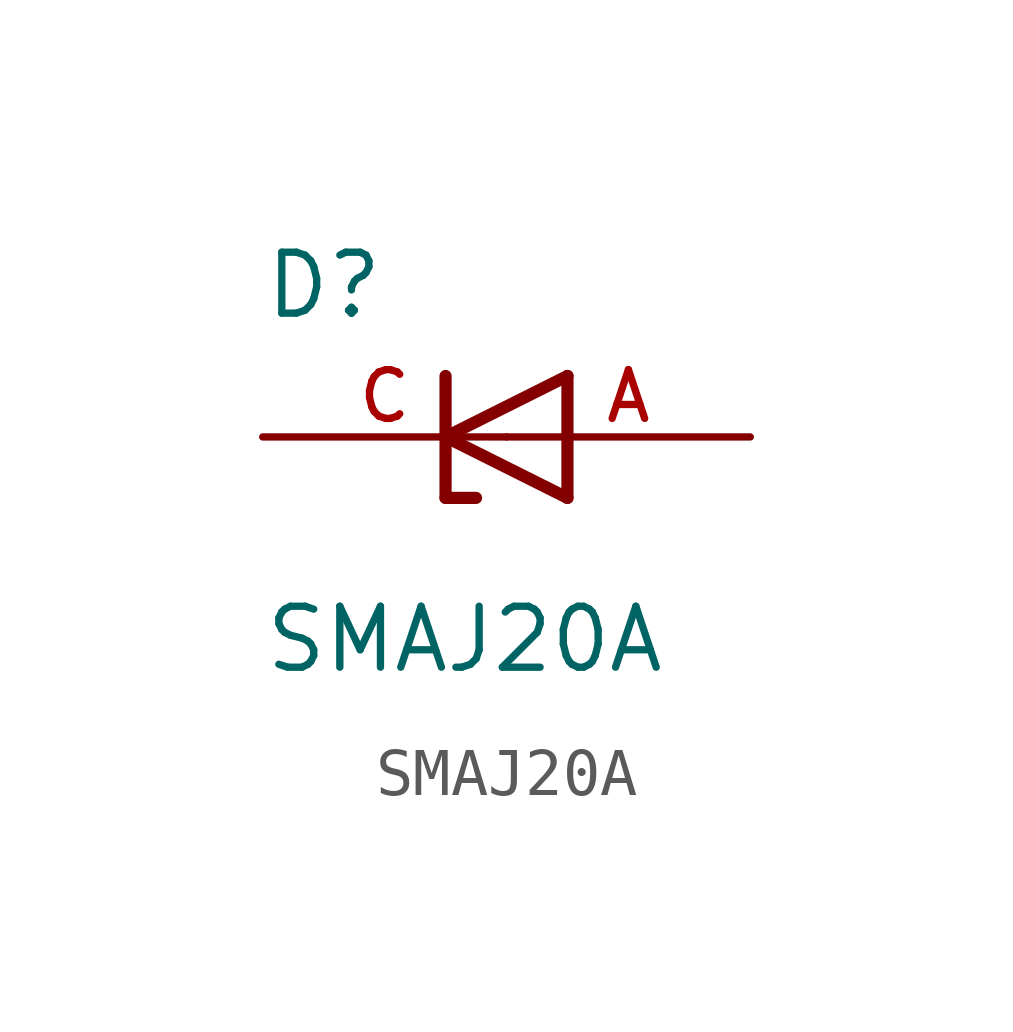
<source format=kicad_sym>
(kicad_symbol_lib
  (version 20211014)
  (generator kicad_symbol_editor)
  (symbol "SMAJ20A"
    (pin_names
      (offset 1.016))
    (property "Reference" "D"
      (at -5.084 2.416 0)
      (effects (font (size 1.27 1.27)) (justify bottom left)))
    (property "Value" "SMAJ20A"
      (at -5.085 -4.961 0)
      (effects (font (size 1.27 1.27)) (justify bottom left)))
    (symbol "SMAJ20A_0_0"
      (polyline (pts (xy 1.27 1.27) (xy -1.27 0.0)) (stroke (width 0.254)))
      (polyline (pts (xy -1.27 0.0) (xy 1.27 -1.27)) (stroke (width 0.254)))
      (polyline (pts (xy -0.635 -1.27) (xy -1.27 -1.27)) (stroke (width 0.254)))
      (polyline (pts (xy -1.27 -1.27) (xy -1.27 0.0)) (stroke (width 0.254)))
      (polyline (pts (xy 1.27 -1.27) (xy 1.27 1.27)) (stroke (width 0.254)))
      (polyline (pts (xy -1.27 0.0) (xy -1.27 1.27)) (stroke (width 0.254)))
      (pin passive line (at 5.08 0.0 180.0) (length 5.08) (name "~" (effects (font (size 1.016 1.016)))) (number "A" (effects (font (size 1.016 1.016)))))
      (pin passive line (at -5.08 0.0 0) (length 5.08) (name "~" (effects (font (size 1.016 1.016)))) (number "C" (effects (font (size 1.016 1.016))))))))
</source>
